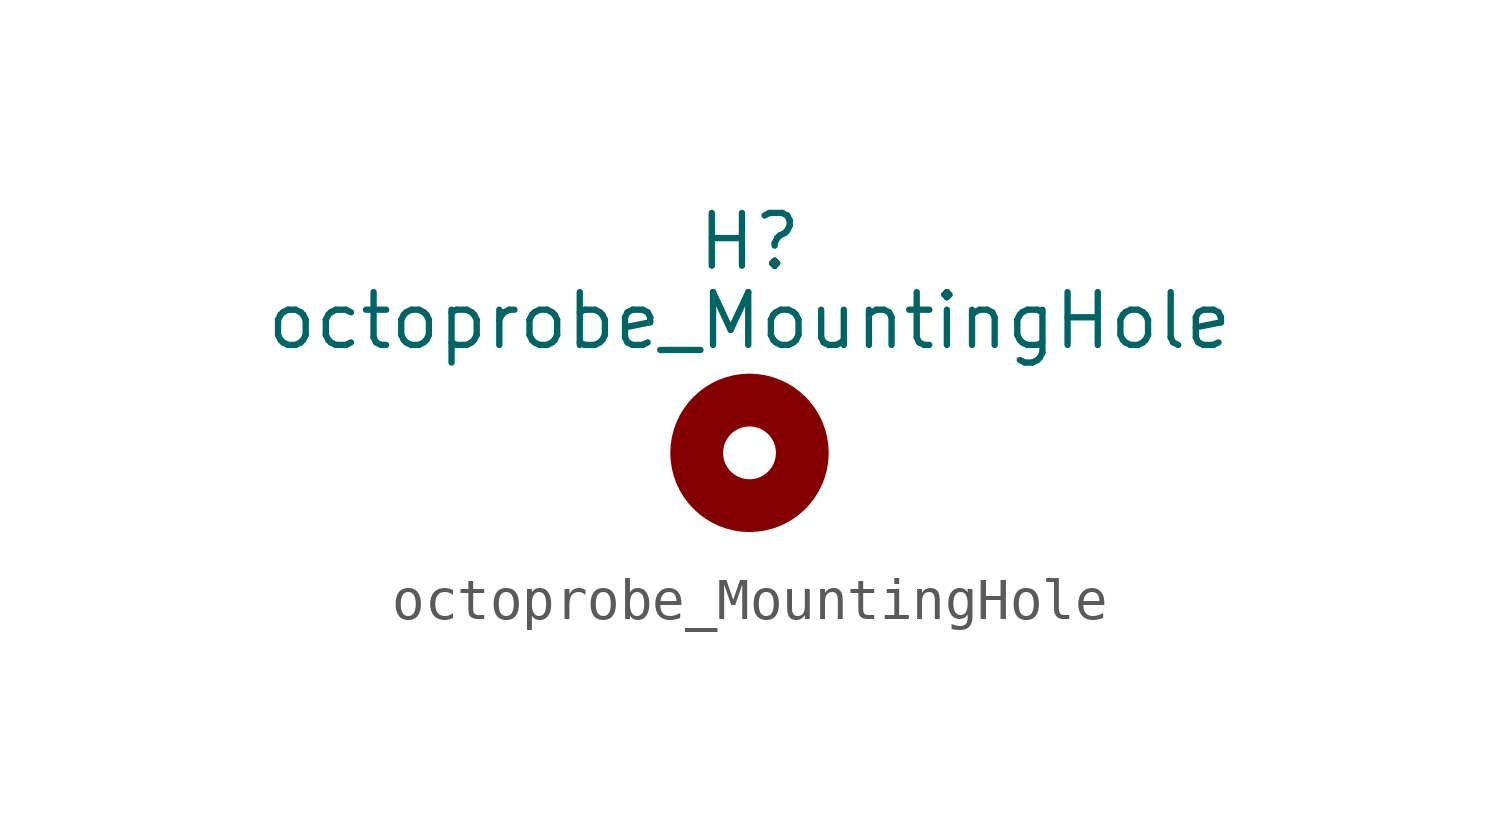
<source format=kicad_sym>
(kicad_symbol_lib
  (version 20231120)
  (generator "kicad_symbol_editor")
  (generator_version "8.0")
  (symbol "octoprobe_MountingHole"
    (pin_names
      (offset 1.016))
    (property "Reference" "H"
      (at 0 5.08 0)
      (effects (font (size 1.27 1.27))))
    (property "Value" "octoprobe_MountingHole"
      (at 0 3.175 0)
      (effects (font (size 1.27 1.27))))
    (symbol "octoprobe_MountingHole_0_1"
      (circle (center 0 0) (radius 1.27) (stroke (width 1.27) (type default)) (fill (type none))))))
</source>
